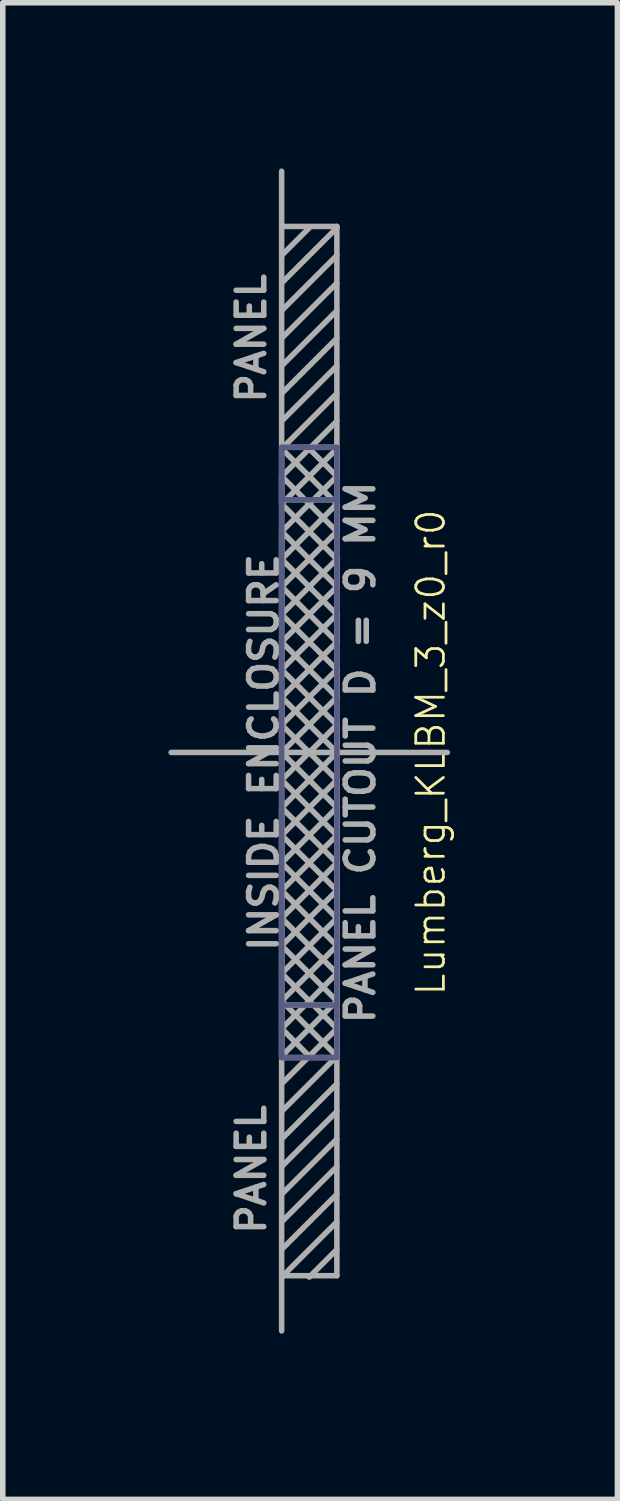
<source format=kicad_pcb>
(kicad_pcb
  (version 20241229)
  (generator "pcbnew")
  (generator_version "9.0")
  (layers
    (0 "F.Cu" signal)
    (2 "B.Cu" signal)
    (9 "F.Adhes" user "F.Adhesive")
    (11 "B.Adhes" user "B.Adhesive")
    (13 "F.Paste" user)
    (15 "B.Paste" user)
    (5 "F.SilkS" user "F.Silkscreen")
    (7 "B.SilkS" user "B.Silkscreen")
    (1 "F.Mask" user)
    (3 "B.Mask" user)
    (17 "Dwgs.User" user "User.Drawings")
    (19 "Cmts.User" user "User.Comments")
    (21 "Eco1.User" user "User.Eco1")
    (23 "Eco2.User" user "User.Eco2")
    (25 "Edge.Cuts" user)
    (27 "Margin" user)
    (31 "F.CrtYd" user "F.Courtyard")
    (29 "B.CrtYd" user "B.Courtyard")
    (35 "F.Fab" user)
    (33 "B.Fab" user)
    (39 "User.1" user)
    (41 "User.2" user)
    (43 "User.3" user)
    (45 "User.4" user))
  (footprint "Lumberg_KLBM_3_z0_r0"
    (layer "F.Cu")
    (at 2.05 10.575)
    (property "Reference" "Lumberg_KLBM_3_z0_r0" (at 2.7 0 90) (layer "F.SilkS") (effects (font (size 0.5 0.5) (thickness 0.05))))
    (attr through_hole)
    (fp_line (start 0 -5.525) (end 0 -5.5) (stroke (width 0.1) (type solid)) (layer "B.Fab"))
    (fp_line (start 0 -5.5) (end 0 -4.5) (stroke (width 0.1) (type solid)) (layer "B.Fab"))
    (fp_line (start 0 -4.575) (end 1 -4.575) (stroke (width 0.1) (type solid)) (layer "B.Fab"))
    (fp_line (start 0 4.5) (end 0 -5.5) (stroke (width 0.1) (type solid)) (layer "B.Fab"))
    (fp_line (start 0 4.575) (end 1 4.575) (stroke (width 0.1) (type solid)) (layer "B.Fab"))
    (fp_line (start 0 5.5) (end 0 4.5) (stroke (width 0.1) (type solid)) (layer "B.Fab"))
    (fp_line (start 0 5.525) (end 0 5.45) (stroke (width 0.1) (type solid)) (layer "B.Fab"))
    (fp_line (start 1 -5.525) (end 0 -5.525) (stroke (width 0.1) (type solid)) (layer "B.Fab"))
    (fp_line (start 1 -5.5) (end 1 -5.525) (stroke (width 0.1) (type solid)) (layer "B.Fab"))
    (fp_line (start 1 -5.5) (end 1 5.5) (stroke (width 0.1) (type solid)) (layer "B.Fab"))
    (fp_line (start 1 5.525) (end 0 5.525) (stroke (width 0.1) (type solid)) (layer "B.Fab"))
    (fp_line (start -2 0) (end 3 0) (stroke (width 0.1) (type solid)) (layer "F.Fab"))
    (fp_line (start 0 -9.525) (end 0 -10.525) (stroke (width 0.1) (type solid)) (layer "F.Fab"))
    (fp_line (start 0 -9.525) (end 1 -9.525) (stroke (width 0.1) (type solid)) (layer "F.Fab"))
    (fp_line (start 0 -9) (end 0.5 -9.5) (stroke (width 0.1) (type solid)) (layer "F.Fab"))
    (fp_line (start 0 -6.5) (end 1 -7.5) (stroke (width 0.1) (type solid)) (layer "F.Fab"))
    (fp_line (start 0 -5.525) (end 1 -5.525) (stroke (width 0.1) (type solid)) (layer "F.Fab"))
    (fp_line (start 0 -5.5) (end 1 -6.5) (stroke (width 0.1) (type solid)) (layer "F.Fab"))
    (fp_line (start 0 -5.5) (end 1 -4.5) (stroke (width 0.1) (type solid)) (layer "F.Fab"))
    (fp_line (start 0 -5) (end 0.5 -5.5) (stroke (width 0.1) (type solid)) (layer "F.Fab"))
    (fp_line (start 0 -5) (end 1 -4) (stroke (width 0.1) (type solid)) (layer "F.Fab"))
    (fp_line (start 0 -4.575) (end 1 -4.575) (stroke (width 0.1) (type solid)) (layer "F.Fab"))
    (fp_line (start 0 -4.5) (end 0 -5) (stroke (width 0.1) (type solid)) (layer "F.Fab"))
    (fp_line (start 0 -4.5) (end 1 -3.5) (stroke (width 0.1) (type solid)) (layer "F.Fab"))
    (fp_line (start 0 -4) (end 1 -5) (stroke (width 0.1) (type solid)) (layer "F.Fab"))
    (fp_line (start 0 -4) (end 1 -3) (stroke (width 0.1) (type solid)) (layer "F.Fab"))
    (fp_line (start 0 -3.5) (end 0 -4) (stroke (width 0.1) (type solid)) (layer "F.Fab"))
    (fp_line (start 0 -3.5) (end 1 -2.5) (stroke (width 0.1) (type solid)) (layer "F.Fab"))
    (fp_line (start 0 -3) (end 1 -4) (stroke (width 0.1) (type solid)) (layer "F.Fab"))
    (fp_line (start 0 -3) (end 1 -2) (stroke (width 0.1) (type solid)) (layer "F.Fab"))
    (fp_line (start 0 -2.5) (end 0 -3) (stroke (width 0.1) (type solid)) (layer "F.Fab"))
    (fp_line (start 0 -2) (end 1 -3) (stroke (width 0.1) (type solid)) (layer "F.Fab"))
    (fp_line (start 0 -2) (end 1 -1) (stroke (width 0.1) (type solid)) (layer "F.Fab"))
    (fp_line (start 0 -1.5) (end 0 -2) (stroke (width 0.1) (type solid)) (layer "F.Fab"))
    (fp_line (start 0 -1.5) (end 1 -0.5) (stroke (width 0.1) (type solid)) (layer "F.Fab"))
    (fp_line (start 0 -1) (end 1 -2) (stroke (width 0.1) (type solid)) (layer "F.Fab"))
    (fp_line (start 0 -0.5) (end 0 -1) (stroke (width 0.1) (type solid)) (layer "F.Fab"))
    (fp_line (start 0 -0.5) (end 0 0) (stroke (width 0.1) (type solid)) (layer "F.Fab"))
    (fp_line (start 0 0) (end 1 -1) (stroke (width 0.1) (type solid)) (layer "F.Fab"))
    (fp_line (start 0 0) (end 1 1) (stroke (width 0.1) (type solid)) (layer "F.Fab"))
    (fp_line (start 0 0.5) (end 0 0) (stroke (width 0.1) (type solid)) (layer "F.Fab"))
    (fp_line (start 0 1) (end 1 0) (stroke (width 0.1) (type solid)) (layer "F.Fab"))
    (fp_line (start 0 1) (end 1 2) (stroke (width 0.1) (type solid)) (layer "F.Fab"))
    (fp_line (start 0 1.5) (end 0 1) (stroke (width 0.1) (type solid)) (layer "F.Fab"))
    (fp_line (start 0 1.5) (end 0 2) (stroke (width 0.1) (type solid)) (layer "F.Fab"))
    (fp_line (start 0 2) (end 1 1) (stroke (width 0.1) (type solid)) (layer "F.Fab"))
    (fp_line (start 0 2) (end 1 3) (stroke (width 0.1) (type solid)) (layer "F.Fab"))
    (fp_line (start 0 2.5) (end 0 2) (stroke (width 0.1) (type solid)) (layer "F.Fab"))
    (fp_line (start 0 2.5) (end 0 3) (stroke (width 0.1) (type solid)) (layer "F.Fab"))
    (fp_line (start 0 3) (end 1 2) (stroke (width 0.1) (type solid)) (layer "F.Fab"))
    (fp_line (start 0 3) (end 1 4) (stroke (width 0.1) (type solid)) (layer "F.Fab"))
    (fp_line (start 0 3.5) (end 0 3) (stroke (width 0.1) (type solid)) (layer "F.Fab"))
    (fp_line (start 0 3.5) (end 0 4) (stroke (width 0.1) (type solid)) (layer "F.Fab"))
    (fp_line (start 0 4) (end 1 3) (stroke (width 0.1) (type solid)) (layer "F.Fab"))
    (fp_line (start 0 4) (end 1 5) (stroke (width 0.1) (type solid)) (layer "F.Fab"))
    (fp_line (start 0 4.5) (end 0 4) (stroke (width 0.1) (type solid)) (layer "F.Fab"))
    (fp_line (start 0 4.5) (end 0 5) (stroke (width 0.1) (type solid)) (layer "F.Fab"))
    (fp_line (start 0 4.575) (end 1 4.575) (stroke (width 0.1) (type solid)) (layer "F.Fab"))
    (fp_line (start 0 5) (end 0.5 5.5) (stroke (width 0.1) (type solid)) (layer "F.Fab"))
    (fp_line (start 0 5) (end 1 4) (stroke (width 0.1) (type solid)) (layer "F.Fab"))
    (fp_line (start 0 5.5) (end 0 5) (stroke (width 0.1) (type solid)) (layer "F.Fab"))
    (fp_line (start 0 5.525) (end 1 5.525) (stroke (width 0.1) (type solid)) (layer "F.Fab"))
    (fp_line (start 0 7) (end 1 6) (stroke (width 0.1) (type solid)) (layer "F.Fab"))
    (fp_line (start 0 8) (end 1 7) (stroke (width 0.1) (type solid)) (layer "F.Fab"))
    (fp_line (start 0 9) (end 1 8) (stroke (width 0.1) (type solid)) (layer "F.Fab"))
    (fp_line (start 0 9.475) (end 0 -9.525) (stroke (width 0.1) (type solid)) (layer "F.Fab"))
    (fp_line (start 0 9.475) (end 0 10.475) (stroke (width 0.1) (type solid)) (layer "F.Fab"))
    (fp_line (start 0.5 -5.5) (end 1 -5) (stroke (width 0.1) (type solid)) (layer "F.Fab"))
    (fp_line (start 0.5 5.5) (end 0 6) (stroke (width 0.1) (type solid)) (layer "F.Fab"))
    (fp_line (start 0.5 5.5) (end 1 5) (stroke (width 0.1) (type solid)) (layer "F.Fab"))
    (fp_line (start 0.5 9.5) (end 1 9) (stroke (width 0.1) (type solid)) (layer "F.Fab"))
    (fp_line (start 1 -9.525) (end 1 9.475) (stroke (width 0.1) (type solid)) (layer "F.Fab"))
    (fp_line (start 1 -9.5) (end 0 -8.5) (stroke (width 0.1) (type solid)) (layer "F.Fab"))
    (fp_line (start 1 -9) (end 0 -8) (stroke (width 0.1) (type solid)) (layer "F.Fab"))
    (fp_line (start 1 -8.5) (end 0 -7.5) (stroke (width 0.1) (type solid)) (layer "F.Fab"))
    (fp_line (start 1 -8) (end 0 -7) (stroke (width 0.1) (type solid)) (layer "F.Fab"))
    (fp_line (start 1 -7) (end 0 -6) (stroke (width 0.1) (type solid)) (layer "F.Fab"))
    (fp_line (start 1 -6) (end 0.5 -5.5) (stroke (width 0.1) (type solid)) (layer "F.Fab"))
    (fp_line (start 1 -5.5) (end 0 -4.5) (stroke (width 0.1) (type solid)) (layer "F.Fab"))
    (fp_line (start 1 -5) (end 1 -5.5) (stroke (width 0.1) (type solid)) (layer "F.Fab"))
    (fp_line (start 1 -4.5) (end 0 -3.5) (stroke (width 0.1) (type solid)) (layer "F.Fab"))
    (fp_line (start 1 -4) (end 1 -4.5) (stroke (width 0.1) (type solid)) (layer "F.Fab"))
    (fp_line (start 1 -3.5) (end 0 -2.5) (stroke (width 0.1) (type solid)) (layer "F.Fab"))
    (fp_line (start 1 -3) (end 1 -3.5) (stroke (width 0.1) (type solid)) (layer "F.Fab"))
    (fp_line (start 1 -2.5) (end 0 -1.5) (stroke (width 0.1) (type solid)) (layer "F.Fab"))
    (fp_line (start 1 -2) (end 1 -2.5) (stroke (width 0.1) (type solid)) (layer "F.Fab"))
    (fp_line (start 1 -1.5) (end 0 -2.5) (stroke (width 0.1) (type solid)) (layer "F.Fab"))
    (fp_line (start 1 -1.5) (end 0 -0.5) (stroke (width 0.1) (type solid)) (layer "F.Fab"))
    (fp_line (start 1 -1) (end 1 -1.5) (stroke (width 0.1) (type solid)) (layer "F.Fab"))
    (fp_line (start 1 -0.5) (end 0 0.5) (stroke (width 0.1) (type solid)) (layer "F.Fab"))
    (fp_line (start 1 -0.5) (end 1 0) (stroke (width 0.1) (type solid)) (layer "F.Fab"))
    (fp_line (start 1 0) (end 0 -1) (stroke (width 0.1) (type solid)) (layer "F.Fab"))
    (fp_line (start 1 0) (end 1 -0.5) (stroke (width 0.1) (type solid)) (layer "F.Fab"))
    (fp_line (start 1 0.5) (end 0 -0.5) (stroke (width 0.1) (type solid)) (layer "F.Fab"))
    (fp_line (start 1 0.5) (end 0 1.5) (stroke (width 0.1) (type solid)) (layer "F.Fab"))
    (fp_line (start 1 1) (end 1 0.5) (stroke (width 0.1) (type solid)) (layer "F.Fab"))
    (fp_line (start 1 1) (end 1 1.5) (stroke (width 0.1) (type solid)) (layer "F.Fab"))
    (fp_line (start 1 1.5) (end 0 0.5) (stroke (width 0.1) (type solid)) (layer "F.Fab"))
    (fp_line (start 1 1.5) (end 0 2.5) (stroke (width 0.1) (type solid)) (layer "F.Fab"))
    (fp_line (start 1 2) (end 1 1.5) (stroke (width 0.1) (type solid)) (layer "F.Fab"))
    (fp_line (start 1 2) (end 1 2.5) (stroke (width 0.1) (type solid)) (layer "F.Fab"))
    (fp_line (start 1 2.5) (end 0 1.5) (stroke (width 0.1) (type solid)) (layer "F.Fab"))
    (fp_line (start 1 2.5) (end 0 3.5) (stroke (width 0.1) (type solid)) (layer "F.Fab"))
    (fp_line (start 1 3) (end 1 2.5) (stroke (width 0.1) (type solid)) (layer "F.Fab"))
    (fp_line (start 1 3) (end 1 3.5) (stroke (width 0.1) (type solid)) (layer "F.Fab"))
    (fp_line (start 1 3.5) (end 0 2.5) (stroke (width 0.1) (type solid)) (layer "F.Fab"))
    (fp_line (start 1 3.5) (end 0 4.5) (stroke (width 0.1) (type solid)) (layer "F.Fab"))
    (fp_line (start 1 4) (end 1 3.5) (stroke (width 0.1) (type solid)) (layer "F.Fab"))
    (fp_line (start 1 4) (end 1 4.5) (stroke (width 0.1) (type solid)) (layer "F.Fab"))
    (fp_line (start 1 4.5) (end 0 3.5) (stroke (width 0.1) (type solid)) (layer "F.Fab"))
    (fp_line (start 1 4.5) (end 0 5.5) (stroke (width 0.1) (type solid)) (layer "F.Fab"))
    (fp_line (start 1 5) (end 1 4.5) (stroke (width 0.1) (type solid)) (layer "F.Fab"))
    (fp_line (start 1 5) (end 1 5.5) (stroke (width 0.1) (type solid)) (layer "F.Fab"))
    (fp_line (start 1 5.5) (end 0 4.5) (stroke (width 0.1) (type solid)) (layer "F.Fab"))
    (fp_line (start 1 5.5) (end 0 6.5) (stroke (width 0.1) (type solid)) (layer "F.Fab"))
    (fp_line (start 1 6.5) (end 0 7.5) (stroke (width 0.1) (type solid)) (layer "F.Fab"))
    (fp_line (start 1 7.5) (end 0 8.5) (stroke (width 0.1) (type solid)) (layer "F.Fab"))
    (fp_line (start 1 8.5) (end 0 9.5) (stroke (width 0.1) (type solid)) (layer "F.Fab"))
    (fp_line (start 1 9.475) (end 0 9.475) (stroke (width 0.1) (type solid)) (layer "F.Fab"))
    (fp_text user "PANEL" (at -0.55 -7.5 90) (layer "F.Fab") (effects (font (size 0.5 0.5) (thickness 0.1))))
    (fp_text user "PANEL" (at -0.55 7.55 90) (layer "F.Fab") (effects (font (size 0.5 0.5) (thickness 0.1))))
    (fp_text user "PANEL CUTOUT D = 9 MM" (at 1.425 0 90) (layer "F.Fab") (effects (font (size 0.5 0.5) (thickness 0.1))))
    (fp_text user "INSIDE ENCLOSURE" (at -0.325 0 90) (layer "F.Fab") (effects (font (size 0.5 0.5) (thickness 0.1)))))
  (gr_rect
    (start -3 -3)
    (end 8.13 24.1)
    (stroke (width 0.1) (type default))
    (fill no)
    (layer "Edge.Cuts")))
</source>
